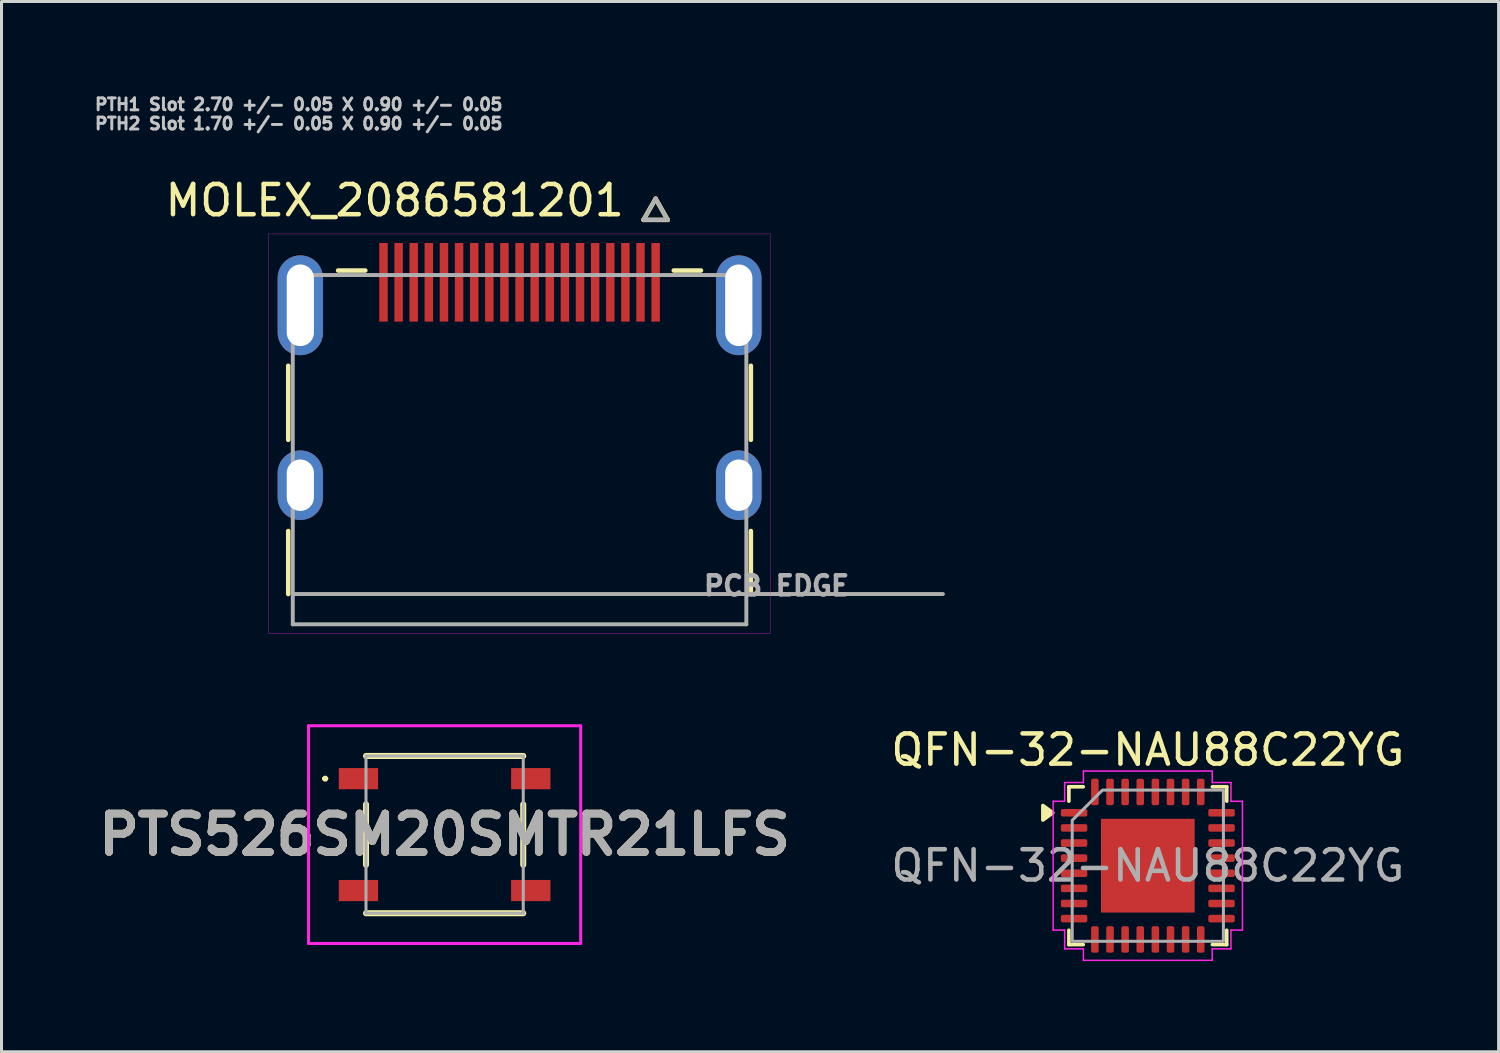
<source format=kicad_pcb>
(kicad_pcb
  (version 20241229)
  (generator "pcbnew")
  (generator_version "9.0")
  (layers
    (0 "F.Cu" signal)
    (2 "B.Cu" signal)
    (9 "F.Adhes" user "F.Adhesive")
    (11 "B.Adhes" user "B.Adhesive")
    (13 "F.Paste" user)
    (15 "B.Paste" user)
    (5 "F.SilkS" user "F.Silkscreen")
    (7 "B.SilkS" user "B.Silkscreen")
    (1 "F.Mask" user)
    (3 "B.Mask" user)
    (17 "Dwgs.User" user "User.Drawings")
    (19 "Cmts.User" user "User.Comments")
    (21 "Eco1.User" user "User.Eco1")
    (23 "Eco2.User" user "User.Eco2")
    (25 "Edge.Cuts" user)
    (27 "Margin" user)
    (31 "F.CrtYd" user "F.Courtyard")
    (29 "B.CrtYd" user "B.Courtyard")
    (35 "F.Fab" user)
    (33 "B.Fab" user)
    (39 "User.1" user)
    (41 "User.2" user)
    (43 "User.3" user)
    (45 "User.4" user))
  (footprint "MOLEX_2086581201"
    (layer "F.Cu")
    (at 14.132 16.596)
    (property "Reference" "MOLEX_2086581201" (at -4.128 -13.018 0) (layer "F.SilkS") (effects (font (size 1 1) (thickness 0.15))))
    (attr smd)
    (fp_poly (pts (xy -4.704 -11.674) (xy -4.296 -11.674) (xy -4.296 -8.947) (xy -4.704 -8.947)) (stroke (width 0.01) (type solid)) (fill yes) (layer "F.Mask"))
    (fp_poly (pts (xy -4.204 -11.674) (xy -3.796 -11.674) (xy -3.796 -8.947) (xy -4.204 -8.947)) (stroke (width 0.01) (type solid)) (fill yes) (layer "F.Mask"))
    (fp_poly (pts (xy -3.704 -11.674) (xy -3.296 -11.674) (xy -3.296 -8.947) (xy -3.704 -8.947)) (stroke (width 0.01) (type solid)) (fill yes) (layer "F.Mask"))
    (fp_poly (pts (xy -3.204 -11.674) (xy -2.796 -11.674) (xy -2.796 -8.947) (xy -3.204 -8.947)) (stroke (width 0.01) (type solid)) (fill yes) (layer "F.Mask"))
    (fp_poly (pts (xy -2.704 -11.674) (xy -2.296 -11.674) (xy -2.296 -8.947) (xy -2.704 -8.947)) (stroke (width 0.01) (type solid)) (fill yes) (layer "F.Mask"))
    (fp_poly (pts (xy -2.204 -11.674) (xy -1.796 -11.674) (xy -1.796 -8.947) (xy -2.204 -8.947)) (stroke (width 0.01) (type solid)) (fill yes) (layer "F.Mask"))
    (fp_poly (pts (xy -1.704 -11.674) (xy -1.296 -11.674) (xy -1.296 -8.947) (xy -1.704 -8.947)) (stroke (width 0.01) (type solid)) (fill yes) (layer "F.Mask"))
    (fp_poly (pts (xy -1.204 -11.674) (xy -0.796 -11.674) (xy -0.796 -8.947) (xy -1.204 -8.947)) (stroke (width 0.01) (type solid)) (fill yes) (layer "F.Mask"))
    (fp_poly (pts (xy -0.704 -11.674) (xy -0.296 -11.674) (xy -0.296 -8.947) (xy -0.704 -8.947)) (stroke (width 0.01) (type solid)) (fill yes) (layer "F.Mask"))
    (fp_poly (pts (xy -0.203 -11.674) (xy 0.203 -11.674) (xy 0.203 -8.947) (xy -0.203 -8.947)) (stroke (width 0.01) (type solid)) (fill yes) (layer "F.Mask"))
    (fp_poly (pts (xy 0.296 -11.674) (xy 0.704 -11.674) (xy 0.704 -8.947) (xy 0.296 -8.947)) (stroke (width 0.01) (type solid)) (fill yes) (layer "F.Mask"))
    (fp_poly (pts (xy 0.796 -11.674) (xy 1.204 -11.674) (xy 1.204 -8.947) (xy 0.796 -8.947)) (stroke (width 0.01) (type solid)) (fill yes) (layer "F.Mask"))
    (fp_poly (pts (xy 1.296 -11.674) (xy 1.704 -11.674) (xy 1.704 -8.947) (xy 1.296 -8.947)) (stroke (width 0.01) (type solid)) (fill yes) (layer "F.Mask"))
    (fp_poly (pts (xy 1.796 -11.674) (xy 2.204 -11.674) (xy 2.204 -8.947) (xy 1.796 -8.947)) (stroke (width 0.01) (type solid)) (fill yes) (layer "F.Mask"))
    (fp_poly (pts (xy 2.296 -11.674) (xy 2.704 -11.674) (xy 2.704 -8.947) (xy 2.296 -8.947)) (stroke (width 0.01) (type solid)) (fill yes) (layer "F.Mask"))
    (fp_poly (pts (xy 2.796 -11.674) (xy 3.204 -11.674) (xy 3.204 -8.947) (xy 2.796 -8.947)) (stroke (width 0.01) (type solid)) (fill yes) (layer "F.Mask"))
    (fp_poly (pts (xy 3.296 -11.674) (xy 3.704 -11.674) (xy 3.704 -8.947) (xy 3.296 -8.947)) (stroke (width 0.01) (type solid)) (fill yes) (layer "F.Mask"))
    (fp_poly (pts (xy 3.796 -11.674) (xy 4.204 -11.674) (xy 4.204 -8.947) (xy 3.796 -8.947)) (stroke (width 0.01) (type solid)) (fill yes) (layer "F.Mask"))
    (fp_poly (pts (xy 4.296 -11.674) (xy 4.704 -11.674) (xy 4.704 -8.947) (xy 4.296 -8.947)) (stroke (width 0.01) (type solid)) (fill yes) (layer "F.Mask"))
    (fp_line (start -7.65 -5.1) (end -7.65 -7.55) (stroke (width 0.15) (type solid)) (layer "F.SilkS"))
    (fp_line (start -7.65 -2.085) (end -7.65 0) (stroke (width 0.15) (type solid)) (layer "F.SilkS"))
    (fp_line (start -6 -10.7) (end -5.1 -10.7) (stroke (width 0.15) (type solid)) (layer "F.SilkS"))
    (fp_line (start 4.1 -12.375) (end 4.9 -12.375) (stroke (width 0.15) (type solid)) (layer "F.SilkS"))
    (fp_line (start 4.5 -13.075) (end 4.1 -12.375) (stroke (width 0.15) (type solid)) (layer "F.SilkS"))
    (fp_line (start 4.9 -12.375) (end 4.5 -13.075) (stroke (width 0.15) (type solid)) (layer "F.SilkS"))
    (fp_line (start 5.1 -10.7) (end 6 -10.7) (stroke (width 0.15) (type solid)) (layer "F.SilkS"))
    (fp_line (start 7.65 -7.55) (end 7.65 -5.1) (stroke (width 0.15) (type solid)) (layer "F.SilkS"))
    (fp_line (start 7.65 0) (end 7.65 -2.085) (stroke (width 0.15) (type solid)) (layer "F.SilkS"))
    (fp_line (start -8.3 -11.91) (end -8.3 1.3) (stroke (width 0.01) (type solid)) (layer "F.CrtYd"))
    (fp_line (start -8.3 1.3) (end 8.3 1.3) (stroke (width 0.01) (type solid)) (layer "F.CrtYd"))
    (fp_line (start 8.3 -11.91) (end -8.3 -11.91) (stroke (width 0.01) (type solid)) (layer "F.CrtYd"))
    (fp_line (start 8.3 1.3) (end 8.3 -11.91) (stroke (width 0.01) (type solid)) (layer "F.CrtYd"))
    (fp_line (start -7.5 -10.55) (end -7.5 0) (stroke (width 0.13) (type solid)) (layer "F.Fab"))
    (fp_line (start -7.5 0) (end -7.5 1) (stroke (width 0.13) (type solid)) (layer "F.Fab"))
    (fp_line (start -7.5 0) (end 14 0) (stroke (width 0.13) (type solid)) (layer "F.Fab"))
    (fp_line (start -7.5 1) (end 7.5 1) (stroke (width 0.13) (type solid)) (layer "F.Fab"))
    (fp_line (start 4.1 -12.375) (end 4.9 -12.375) (stroke (width 0.13) (type solid)) (layer "F.Fab"))
    (fp_line (start 4.5 -13.075) (end 4.1 -12.375) (stroke (width 0.13) (type solid)) (layer "F.Fab"))
    (fp_line (start 4.9 -12.375) (end 4.5 -13.075) (stroke (width 0.13) (type solid)) (layer "F.Fab"))
    (fp_line (start 7.5 -10.55) (end -7.5 -10.55) (stroke (width 0.13) (type solid)) (layer "F.Fab"))
    (fp_line (start 7.5 1) (end 7.5 -10.55) (stroke (width 0.13) (type solid)) (layer "F.Fab"))
    (fp_text user "PTH1 Slot 2.70 +/- 0.05 X 0.90 +/- 0.05" (at -7.303 -16.192 0) (layer "Dwgs.User") (effects (font (size 0.394 0.394) (thickness 0.15))))
    (fp_text user "PTH2 Slot 1.70 +/- 0.05 X 0.90 +/- 0.05" (at -7.303 -15.557 0) (layer "Dwgs.User") (effects (font (size 0.394 0.394) (thickness 0.15))))
    (fp_text user "PCB EDGE" (at 8.5 -0.275 0) (layer "F.Fab") (effects (font (size 0.63 0.63) (thickness 0.15))))
    (pad "1" smd rect (at 4.5 -10.31) (size 0.28 2.6) (layers "F.Cu" "F.Paste"))
    (pad "2" smd rect (at 4 -10.31) (size 0.28 2.6) (layers "F.Cu" "F.Paste"))
    (pad "3" smd rect (at 3.5 -10.31) (size 0.28 2.6) (layers "F.Cu" "F.Paste"))
    (pad "4" smd rect (at 3 -10.31) (size 0.28 2.6) (layers "F.Cu" "F.Paste"))
    (pad "5" smd rect (at 2.5 -10.31) (size 0.28 2.6) (layers "F.Cu" "F.Paste"))
    (pad "6" smd rect (at 2 -10.31) (size 0.28 2.6) (layers "F.Cu" "F.Paste"))
    (pad "7" smd rect (at 1.5 -10.31) (size 0.28 2.6) (layers "F.Cu" "F.Paste"))
    (pad "8" smd rect (at 1 -10.31) (size 0.28 2.6) (layers "F.Cu" "F.Paste"))
    (pad "9" smd rect (at 0.5 -10.31) (size 0.28 2.6) (layers "F.Cu" "F.Paste"))
    (pad "10" smd rect (at 0 -10.31) (size 0.28 2.6) (layers "F.Cu" "F.Paste"))
    (pad "11" smd rect (at -0.5 -10.31) (size 0.28 2.6) (layers "F.Cu" "F.Paste"))
    (pad "12" smd rect (at -1 -10.31) (size 0.28 2.6) (layers "F.Cu" "F.Paste"))
    (pad "13" smd rect (at -1.5 -10.31) (size 0.28 2.6) (layers "F.Cu" "F.Paste"))
    (pad "14" smd rect (at -2 -10.31) (size 0.28 2.6) (layers "F.Cu" "F.Paste"))
    (pad "15" smd rect (at -2.5 -10.31) (size 0.28 2.6) (layers "F.Cu" "F.Paste"))
    (pad "16" smd rect (at -3 -10.31) (size 0.28 2.6) (layers "F.Cu" "F.Paste"))
    (pad "17" smd rect (at -3.5 -10.31) (size 0.28 2.6) (layers "F.Cu" "F.Paste"))
    (pad "18" smd rect (at -4 -10.31) (size 0.28 2.6) (layers "F.Cu" "F.Paste"))
    (pad "19" smd rect (at -4.5 -10.31) (size 0.28 2.6) (layers "F.Cu" "F.Paste"))
    (pad "SH1" thru_hole oval (at 7.25 -9.55) (size 1.5 3.3) (drill oval 0.9 2.7) (layers "*.Cu" "*.Mask"))
    (pad "SH2" thru_hole oval (at -7.25 -9.55) (size 1.5 3.3) (drill oval 0.9 2.7) (layers "*.Cu" "*.Mask"))
    (pad "SH3" thru_hole oval (at 7.25 -3.6) (size 1.5 2.3) (drill oval 0.9 1.7) (layers "*.Cu" "*.Mask"))
    (pad "SH4" thru_hole oval (at -7.25 -3.6) (size 1.5 2.3) (drill oval 0.9 1.7) (layers "*.Cu" "*.Mask")))
  (footprint "PTS526SM20SMTR21LFS"
    (layer "F.Cu")
    (at 11.654 24.551)
    (property "Reference" "PTS526SM20SMTR21LFS" (at 0 0 0) (layer "F.SilkS") (effects (font (size 1.27 1.27) (thickness 0.254))))
    (attr smd)
    (fp_line (start -4 -1.85) (end -4 -1.85) (stroke (width 0.1) (type solid)) (layer "F.SilkS"))
    (fp_line (start -3.9 -1.85) (end -3.9 -1.85) (stroke (width 0.1) (type solid)) (layer "F.SilkS"))
    (fp_line (start -2.6 -2.6) (end 2.6 -2.6) (stroke (width 0.2) (type solid)) (layer "F.SilkS"))
    (fp_line (start -2.6 1) (end -2.6 -1) (stroke (width 0.2) (type solid)) (layer "F.SilkS"))
    (fp_line (start -2.6 2.6) (end 2.6 2.6) (stroke (width 0.2) (type solid)) (layer "F.SilkS"))
    (fp_line (start 2.6 1) (end 2.6 -1) (stroke (width 0.2) (type solid)) (layer "F.SilkS"))
    (fp_arc (start -4 -1.85) (mid -3.95 -1.9) (end -3.9 -1.85) (stroke (width 0.1) (type solid)) (layer "F.SilkS"))
    (fp_arc (start -3.9 -1.85) (mid -3.95 -1.8) (end -4 -1.85) (stroke (width 0.1) (type solid)) (layer "F.SilkS"))
    (fp_line (start -4.5 -3.6) (end -4.5 3.6) (stroke (width 0.1) (type solid)) (layer "F.CrtYd"))
    (fp_line (start -4.5 3.6) (end 4.5 3.6) (stroke (width 0.1) (type solid)) (layer "F.CrtYd"))
    (fp_line (start 4.5 -3.6) (end -4.5 -3.6) (stroke (width 0.1) (type solid)) (layer "F.CrtYd"))
    (fp_line (start 4.5 3.6) (end 4.5 -3.6) (stroke (width 0.1) (type solid)) (layer "F.CrtYd"))
    (fp_line (start -2.6 -2.6) (end -2.6 2.6) (stroke (width 0.1) (type solid)) (layer "F.Fab"))
    (fp_line (start -2.6 2.6) (end 2.6 2.6) (stroke (width 0.1) (type solid)) (layer "F.Fab"))
    (fp_line (start 2.6 -2.6) (end -2.6 -2.6) (stroke (width 0.1) (type solid)) (layer "F.Fab"))
    (fp_line (start 2.6 2.6) (end 2.6 -2.6) (stroke (width 0.1) (type solid)) (layer "F.Fab"))
    (fp_text user "${REFERENCE}" (at 0 0 0) (layer "F.Fab") (effects (font (size 1.27 1.27) (thickness 0.254))))
    (pad "1" smd rect (at -2.85 -1.85 90) (size 0.7 1.3) (layers "F.Cu" "F.Mask" "F.Paste"))
    (pad "2" smd rect (at 2.85 -1.85 90) (size 0.7 1.3) (layers "F.Cu" "F.Mask" "F.Paste"))
    (pad "3" smd rect (at -2.85 1.85 90) (size 0.7 1.3) (layers "F.Cu" "F.Mask" "F.Paste"))
    (pad "4" smd rect (at 2.85 1.85 90) (size 0.7 1.3) (layers "F.Cu" "F.Mask" "F.Paste")))
  (footprint "QFN-32-NAU88C22YG"
    (layer "F.Cu")
    (at 34.909 25.579)
    (property "Reference" "QFN-32-NAU88C22YG" (at 0 -3.83 0) (layer "F.SilkS") (effects (font (size 1 1) (thickness 0.15))))
    (attr smd)
    (fp_line (start -2.61 -2.61) (end -2.135 -2.61) (stroke (width 0.12) (type solid)) (layer "F.SilkS"))
    (fp_line (start -2.61 -2.135) (end -2.61 -2.61) (stroke (width 0.12) (type solid)) (layer "F.SilkS"))
    (fp_line (start -2.61 2.61) (end -2.61 2.135) (stroke (width 0.12) (type solid)) (layer "F.SilkS"))
    (fp_line (start -2.135 2.61) (end -2.61 2.61) (stroke (width 0.12) (type solid)) (layer "F.SilkS"))
    (fp_line (start 2.135 -2.61) (end 2.61 -2.61) (stroke (width 0.12) (type solid)) (layer "F.SilkS"))
    (fp_line (start 2.61 -2.61) (end 2.61 -2.135) (stroke (width 0.12) (type solid)) (layer "F.SilkS"))
    (fp_line (start 2.61 2.135) (end 2.61 2.61) (stroke (width 0.12) (type solid)) (layer "F.SilkS"))
    (fp_line (start 2.61 2.61) (end 2.135 2.61) (stroke (width 0.12) (type solid)) (layer "F.SilkS"))
    (fp_poly (pts (xy -3.14 -1.75) (xy -3.47 -1.51) (xy -3.47 -1.99)) (stroke (width 0.12) (type solid)) (fill yes) (layer "F.SilkS"))
    (fp_line (start -3.13 -2.13) (end -2.75 -2.13) (stroke (width 0.05) (type solid)) (layer "F.CrtYd"))
    (fp_line (start -3.13 2.13) (end -3.13 -2.13) (stroke (width 0.05) (type solid)) (layer "F.CrtYd"))
    (fp_line (start -2.75 -2.75) (end -2.13 -2.75) (stroke (width 0.05) (type solid)) (layer "F.CrtYd"))
    (fp_line (start -2.75 -2.13) (end -2.75 -2.75) (stroke (width 0.05) (type solid)) (layer "F.CrtYd"))
    (fp_line (start -2.75 2.13) (end -3.13 2.13) (stroke (width 0.05) (type solid)) (layer "F.CrtYd"))
    (fp_line (start -2.75 2.75) (end -2.75 2.13) (stroke (width 0.05) (type solid)) (layer "F.CrtYd"))
    (fp_line (start -2.13 -3.13) (end 2.13 -3.13) (stroke (width 0.05) (type solid)) (layer "F.CrtYd"))
    (fp_line (start -2.13 -2.75) (end -2.13 -3.13) (stroke (width 0.05) (type solid)) (layer "F.CrtYd"))
    (fp_line (start -2.13 2.75) (end -2.75 2.75) (stroke (width 0.05) (type solid)) (layer "F.CrtYd"))
    (fp_line (start -2.13 3.13) (end -2.13 2.75) (stroke (width 0.05) (type solid)) (layer "F.CrtYd"))
    (fp_line (start 2.13 -3.13) (end 2.13 -2.75) (stroke (width 0.05) (type solid)) (layer "F.CrtYd"))
    (fp_line (start 2.13 -2.75) (end 2.75 -2.75) (stroke (width 0.05) (type solid)) (layer "F.CrtYd"))
    (fp_line (start 2.13 2.75) (end 2.13 3.13) (stroke (width 0.05) (type solid)) (layer "F.CrtYd"))
    (fp_line (start 2.13 3.13) (end -2.13 3.13) (stroke (width 0.05) (type solid)) (layer "F.CrtYd"))
    (fp_line (start 2.75 -2.75) (end 2.75 -2.13) (stroke (width 0.05) (type solid)) (layer "F.CrtYd"))
    (fp_line (start 2.75 -2.13) (end 3.13 -2.13) (stroke (width 0.05) (type solid)) (layer "F.CrtYd"))
    (fp_line (start 2.75 2.13) (end 2.75 2.75) (stroke (width 0.05) (type solid)) (layer "F.CrtYd"))
    (fp_line (start 2.75 2.75) (end 2.13 2.75) (stroke (width 0.05) (type solid)) (layer "F.CrtYd"))
    (fp_line (start 3.13 -2.13) (end 3.13 2.13) (stroke (width 0.05) (type solid)) (layer "F.CrtYd"))
    (fp_line (start 3.13 2.13) (end 2.75 2.13) (stroke (width 0.05) (type solid)) (layer "F.CrtYd"))
    (fp_poly (pts (xy -1.5 -2.5) (xy 2.5 -2.5) (xy 2.5 2.5) (xy -2.5 2.5) (xy -2.5 -1.5)) (stroke (width 0.1) (type solid)) (fill no) (layer "F.Fab"))
    (fp_text user "${REFERENCE}" (at 0 0 0) (layer "F.Fab") (effects (font (size 1 1) (thickness 0.15))))
    (pad "" smd roundrect (at -1.03 -1.03) (size 0.83 0.83) (layers "F.Paste") (roundrect_rratio 0.25))
    (pad "" smd roundrect (at -1.03 0) (size 0.83 0.83) (layers "F.Paste") (roundrect_rratio 0.25))
    (pad "" smd roundrect (at -1.03 1.03) (size 0.83 0.83) (layers "F.Paste") (roundrect_rratio 0.25))
    (pad "" smd roundrect (at 0 -1.03) (size 0.83 0.83) (layers "F.Paste") (roundrect_rratio 0.25))
    (pad "" smd roundrect (at 0 0) (size 0.83 0.83) (layers "F.Paste") (roundrect_rratio 0.25))
    (pad "" smd roundrect (at 0 1.03) (size 0.83 0.83) (layers "F.Paste") (roundrect_rratio 0.25))
    (pad "" smd roundrect (at 1.03 -1.03) (size 0.83 0.83) (layers "F.Paste") (roundrect_rratio 0.25))
    (pad "" smd roundrect (at 1.03 0) (size 0.83 0.83) (layers "F.Paste") (roundrect_rratio 0.25))
    (pad "" smd roundrect (at 1.03 1.03) (size 0.83 0.83) (layers "F.Paste") (roundrect_rratio 0.25))
    (pad "1" smd roundrect (at -2.438 -1.75) (size 0.875 0.25) (layers "F.Cu" "F.Mask" "F.Paste") (roundrect_rratio 0.25))
    (pad "2" smd roundrect (at -2.438 -1.25) (size 0.875 0.25) (layers "F.Cu" "F.Mask" "F.Paste") (roundrect_rratio 0.25))
    (pad "3" smd roundrect (at -2.438 -0.75) (size 0.875 0.25) (layers "F.Cu" "F.Mask" "F.Paste") (roundrect_rratio 0.25))
    (pad "4" smd roundrect (at -2.438 -0.25) (size 0.875 0.25) (layers "F.Cu" "F.Mask" "F.Paste") (roundrect_rratio 0.25))
    (pad "5" smd roundrect (at -2.438 0.25) (size 0.875 0.25) (layers "F.Cu" "F.Mask" "F.Paste") (roundrect_rratio 0.25))
    (pad "6" smd roundrect (at -2.438 0.75) (size 0.875 0.25) (layers "F.Cu" "F.Mask" "F.Paste") (roundrect_rratio 0.25))
    (pad "7" smd roundrect (at -2.438 1.25) (size 0.875 0.25) (layers "F.Cu" "F.Mask" "F.Paste") (roundrect_rratio 0.25))
    (pad "8" smd roundrect (at -2.438 1.75) (size 0.875 0.25) (layers "F.Cu" "F.Mask" "F.Paste") (roundrect_rratio 0.25))
    (pad "9" smd roundrect (at -1.75 2.438) (size 0.25 0.875) (layers "F.Cu" "F.Mask" "F.Paste") (roundrect_rratio 0.25))
    (pad "10" smd roundrect (at -1.25 2.438) (size 0.25 0.875) (layers "F.Cu" "F.Mask" "F.Paste") (roundrect_rratio 0.25))
    (pad "11" smd roundrect (at -0.75 2.438) (size 0.25 0.875) (layers "F.Cu" "F.Mask" "F.Paste") (roundrect_rratio 0.25))
    (pad "12" smd roundrect (at -0.25 2.438) (size 0.25 0.875) (layers "F.Cu" "F.Mask" "F.Paste") (roundrect_rratio 0.25))
    (pad "13" smd roundrect (at 0.25 2.438) (size 0.25 0.875) (layers "F.Cu" "F.Mask" "F.Paste") (roundrect_rratio 0.25))
    (pad "14" smd roundrect (at 0.75 2.438) (size 0.25 0.875) (layers "F.Cu" "F.Mask" "F.Paste") (roundrect_rratio 0.25))
    (pad "15" smd roundrect (at 1.25 2.438) (size 0.25 0.875) (layers "F.Cu" "F.Mask" "F.Paste") (roundrect_rratio 0.25))
    (pad "16" smd roundrect (at 1.75 2.438) (size 0.25 0.875) (layers "F.Cu" "F.Mask" "F.Paste") (roundrect_rratio 0.25))
    (pad "17" smd roundrect (at 2.438 1.75) (size 0.875 0.25) (layers "F.Cu" "F.Mask" "F.Paste") (roundrect_rratio 0.25))
    (pad "18" smd roundrect (at 2.438 1.25) (size 0.875 0.25) (layers "F.Cu" "F.Mask" "F.Paste") (roundrect_rratio 0.25))
    (pad "19" smd roundrect (at 2.438 0.75) (size 0.875 0.25) (layers "F.Cu" "F.Mask" "F.Paste") (roundrect_rratio 0.25))
    (pad "20" smd roundrect (at 2.438 0.25) (size 0.875 0.25) (layers "F.Cu" "F.Mask" "F.Paste") (roundrect_rratio 0.25))
    (pad "21" smd roundrect (at 2.438 -0.25) (size 0.875 0.25) (layers "F.Cu" "F.Mask" "F.Paste") (roundrect_rratio 0.25))
    (pad "22" smd roundrect (at 2.438 -0.75) (size 0.875 0.25) (layers "F.Cu" "F.Mask" "F.Paste") (roundrect_rratio 0.25))
    (pad "23" smd roundrect (at 2.438 -1.25) (size 0.875 0.25) (layers "F.Cu" "F.Mask" "F.Paste") (roundrect_rratio 0.25))
    (pad "24" smd roundrect (at 2.438 -1.75) (size 0.875 0.25) (layers "F.Cu" "F.Mask" "F.Paste") (roundrect_rratio 0.25))
    (pad "25" smd roundrect (at 1.75 -2.438) (size 0.25 0.875) (layers "F.Cu" "F.Mask" "F.Paste") (roundrect_rratio 0.25))
    (pad "26" smd roundrect (at 1.25 -2.438) (size 0.25 0.875) (layers "F.Cu" "F.Mask" "F.Paste") (roundrect_rratio 0.25))
    (pad "27" smd roundrect (at 0.75 -2.438) (size 0.25 0.875) (layers "F.Cu" "F.Mask" "F.Paste") (roundrect_rratio 0.25))
    (pad "28" smd roundrect (at 0.25 -2.438) (size 0.25 0.875) (layers "F.Cu" "F.Mask" "F.Paste") (roundrect_rratio 0.25))
    (pad "29" smd roundrect (at -0.25 -2.438) (size 0.25 0.875) (layers "F.Cu" "F.Mask" "F.Paste") (roundrect_rratio 0.25))
    (pad "30" smd roundrect (at -0.75 -2.438) (size 0.25 0.875) (layers "F.Cu" "F.Mask" "F.Paste") (roundrect_rratio 0.25))
    (pad "31" smd roundrect (at -1.25 -2.438) (size 0.25 0.875) (layers "F.Cu" "F.Mask" "F.Paste") (roundrect_rratio 0.25))
    (pad "32" smd roundrect (at -1.75 -2.438) (size 0.25 0.875) (layers "F.Cu" "F.Mask" "F.Paste") (roundrect_rratio 0.25))
    (pad "33" smd rect (at 0 0) (size 3.1 3.1) (property pad_prop_heatsink) (layers "F.Cu" "F.Mask")))
  (gr_rect
    (start -3 -3)
    (end 46.51 31.734)
    (stroke (width 0.1) (type default))
    (fill no)
    (layer "Edge.Cuts")))
</source>
